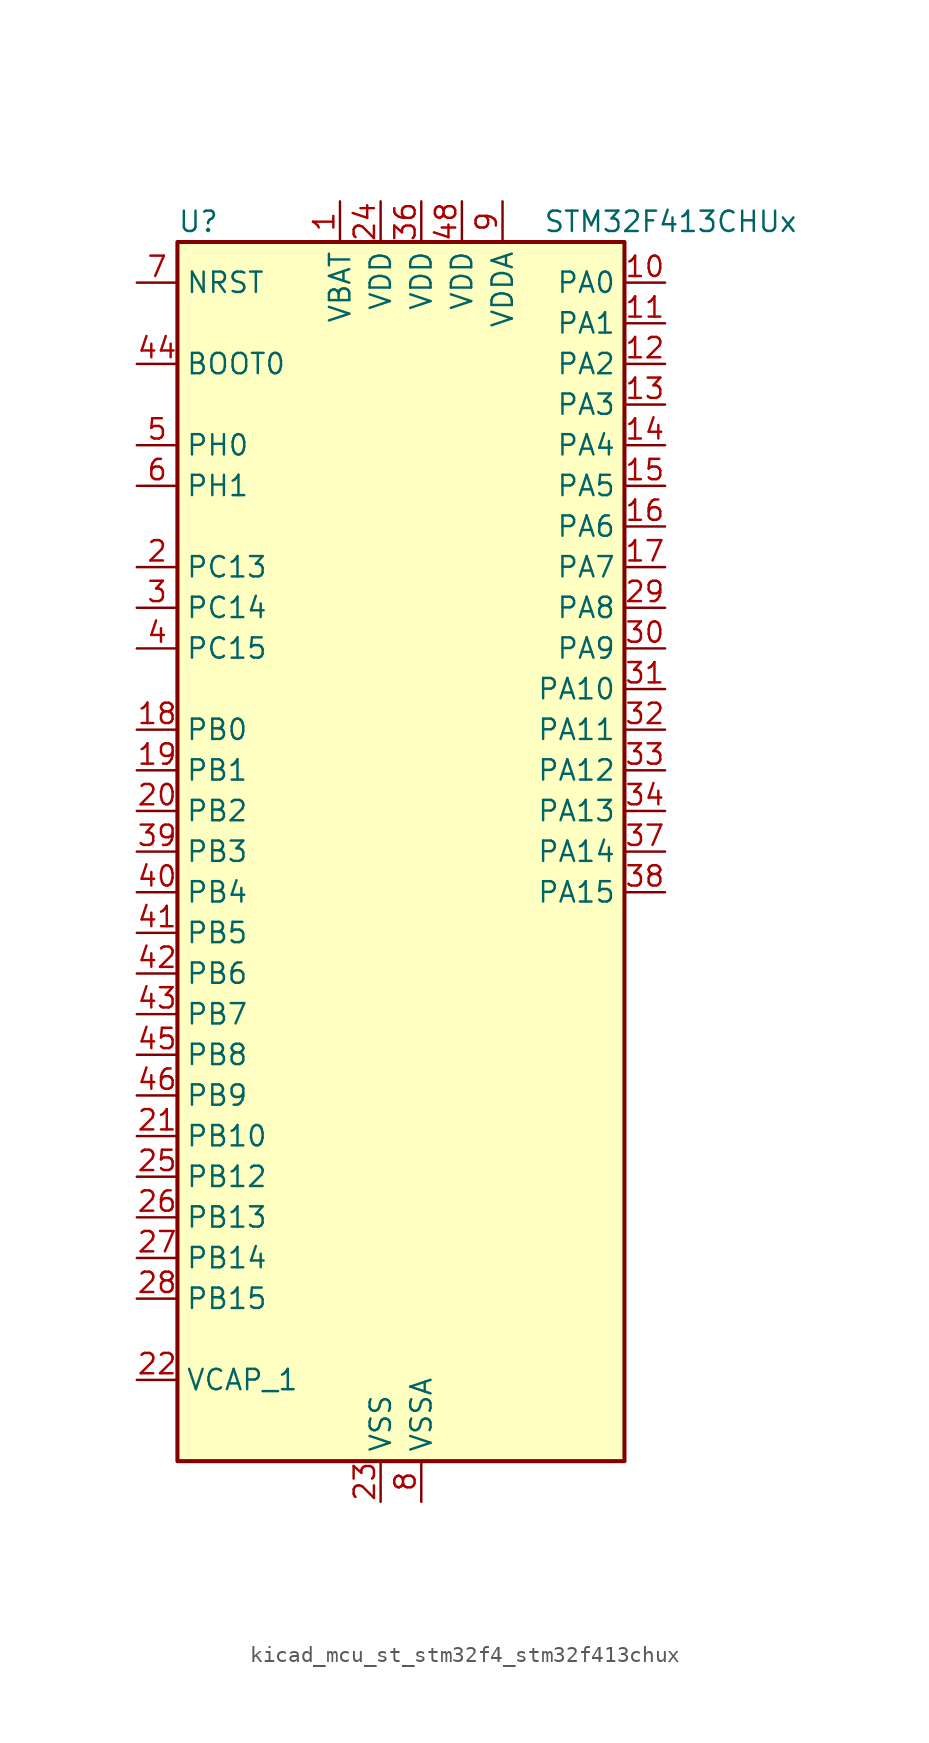
<source format=kicad_sym>
(kicad_symbol_lib
  (version 20220914)
  (generator kicad_symbol_editor)
  (symbol "kicad_mcu_st_stm32f4_stm32f413chux"
    (property "Reference" "U"
      (at -12.7 39.37 0)
      (effects (font (size 1.27 1.27)) (justify left)))
    (property "Value" "STM32F413CHUx"
      (at 10.16 39.37 0)
      (effects (font (size 1.27 1.27)) (justify left)))
    (property "ki_locked" ""
      (at 0 0 0)
      (effects (font (size 1.27 1.27))))
    (symbol "kicad_mcu_st_stm32f4_stm32f413chux_0_1"
      (rectangle (start -12.7 -38.1) (end 15.24 38.1) (stroke (width 0.254) (type default)) (fill (type background))))
    (symbol "kicad_mcu_st_stm32f4_stm32f413chux_1_1"
      (pin power_in line (at -2.54 40.64 270) (length 2.54) (name "VBAT" (effects (font (size 1.27 1.27)))) (number "1" (effects (font (size 1.27 1.27)))))
      (pin bidirectional line (at 17.78 35.56 180) (length 2.54) (name "PA0" (effects (font (size 1.27 1.27)))) (number "10" (effects (font (size 1.27 1.27)))) (alternate "ADC1_IN0" bidirectional line) (alternate "SYS_WKUP1" bidirectional line) (alternate "TIM2_CH1" bidirectional line) (alternate "TIM2_ETR" bidirectional line) (alternate "TIM5_CH1" bidirectional line) (alternate "TIM8_ETR" bidirectional line) (alternate "UART4_TX" bidirectional line) (alternate "USART2_CTS" bidirectional line))
      (pin bidirectional line (at 17.78 33.02 180) (length 2.54) (name "PA1" (effects (font (size 1.27 1.27)))) (number "11" (effects (font (size 1.27 1.27)))) (alternate "ADC1_IN1" bidirectional line) (alternate "I2S4_SD" bidirectional line) (alternate "SPI4_MOSI" bidirectional line) (alternate "TIM2_CH2" bidirectional line) (alternate "TIM5_CH2" bidirectional line) (alternate "UART4_RX" bidirectional line) (alternate "USART2_RTS" bidirectional line))
      (pin bidirectional line (at 17.78 30.48 180) (length 2.54) (name "PA2" (effects (font (size 1.27 1.27)))) (number "12" (effects (font (size 1.27 1.27)))) (alternate "ADC1_IN2" bidirectional line) (alternate "I2S_CKIN" bidirectional line) (alternate "TIM2_CH3" bidirectional line) (alternate "TIM5_CH3" bidirectional line) (alternate "TIM9_CH1" bidirectional line) (alternate "USART2_TX" bidirectional line))
      (pin bidirectional line (at 17.78 27.94 180) (length 2.54) (name "PA3" (effects (font (size 1.27 1.27)))) (number "13" (effects (font (size 1.27 1.27)))) (alternate "ADC1_IN3" bidirectional line) (alternate "I2S2_MCK" bidirectional line) (alternate "SAI1_SD_B" bidirectional line) (alternate "TIM2_CH4" bidirectional line) (alternate "TIM5_CH4" bidirectional line) (alternate "TIM9_CH2" bidirectional line) (alternate "USART2_RX" bidirectional line))
      (pin bidirectional line (at 17.78 25.4 180) (length 2.54) (name "PA4" (effects (font (size 1.27 1.27)))) (number "14" (effects (font (size 1.27 1.27)))) (alternate "ADC1_IN4" bidirectional line) (alternate "DAC_OUT1" bidirectional line) (alternate "DFSDM1_DATIN1" bidirectional line) (alternate "I2S1_WS" bidirectional line) (alternate "I2S3_WS" bidirectional line) (alternate "SPI1_NSS" bidirectional line) (alternate "SPI3_NSS" bidirectional line) (alternate "USART2_CK" bidirectional line))
      (pin bidirectional line (at 17.78 22.86 180) (length 2.54) (name "PA5" (effects (font (size 1.27 1.27)))) (number "15" (effects (font (size 1.27 1.27)))) (alternate "ADC1_IN5" bidirectional line) (alternate "DAC_OUT2" bidirectional line) (alternate "DFSDM1_CKIN1" bidirectional line) (alternate "I2S1_CK" bidirectional line) (alternate "SPI1_SCK" bidirectional line) (alternate "TIM2_CH1" bidirectional line) (alternate "TIM2_ETR" bidirectional line) (alternate "TIM8_CH1N" bidirectional line))
      (pin bidirectional line (at 17.78 20.32 180) (length 2.54) (name "PA6" (effects (font (size 1.27 1.27)))) (number "16" (effects (font (size 1.27 1.27)))) (alternate "ADC1_IN6" bidirectional line) (alternate "DFSDM2_CKIN1" bidirectional line) (alternate "I2S2_MCK" bidirectional line) (alternate "SDIO_CMD" bidirectional line) (alternate "SPI1_MISO" bidirectional line) (alternate "TIM13_CH1" bidirectional line) (alternate "TIM1_BKIN" bidirectional line) (alternate "TIM3_CH1" bidirectional line) (alternate "TIM8_BKIN" bidirectional line))
      (pin bidirectional line (at 17.78 17.78 180) (length 2.54) (name "PA7" (effects (font (size 1.27 1.27)))) (number "17" (effects (font (size 1.27 1.27)))) (alternate "ADC1_IN7" bidirectional line) (alternate "DFSDM2_DATIN1" bidirectional line) (alternate "I2S1_SD" bidirectional line) (alternate "SPI1_MOSI" bidirectional line) (alternate "TIM14_CH1" bidirectional line) (alternate "TIM1_CH1N" bidirectional line) (alternate "TIM3_CH2" bidirectional line) (alternate "TIM8_CH1N" bidirectional line))
      (pin bidirectional line (at -15.24 7.62 0) (length 2.54) (name "PB0" (effects (font (size 1.27 1.27)))) (number "18" (effects (font (size 1.27 1.27)))) (alternate "ADC1_IN8" bidirectional line) (alternate "I2S5_CK" bidirectional line) (alternate "SPI5_SCK" bidirectional line) (alternate "TIM1_CH2N" bidirectional line) (alternate "TIM3_CH3" bidirectional line) (alternate "TIM8_CH2N" bidirectional line))
      (pin bidirectional line (at -15.24 5.08 0) (length 2.54) (name "PB1" (effects (font (size 1.27 1.27)))) (number "19" (effects (font (size 1.27 1.27)))) (alternate "ADC1_IN9" bidirectional line) (alternate "DFSDM1_DATIN0" bidirectional line) (alternate "I2S5_WS" bidirectional line) (alternate "SPI5_NSS" bidirectional line) (alternate "TIM1_CH3N" bidirectional line) (alternate "TIM3_CH4" bidirectional line) (alternate "TIM8_CH3N" bidirectional line))
      (pin bidirectional line (at -15.24 17.78 0) (length 2.54) (name "PC13" (effects (font (size 1.27 1.27)))) (number "2" (effects (font (size 1.27 1.27)))) (alternate "RTC_AF1" bidirectional line))
      (pin bidirectional line (at -15.24 2.54 0) (length 2.54) (name "PB2" (effects (font (size 1.27 1.27)))) (number "20" (effects (font (size 1.27 1.27)))) (alternate "DFSDM1_CKIN0" bidirectional line) (alternate "LPTIM1_OUT" bidirectional line))
      (pin bidirectional line (at -15.24 -17.78 0) (length 2.54) (name "PB10" (effects (font (size 1.27 1.27)))) (number "21" (effects (font (size 1.27 1.27)))) (alternate "DFSDM2_CKOUT" bidirectional line) (alternate "FMPI2C1_SCL" bidirectional line) (alternate "I2C2_SCL" bidirectional line) (alternate "I2S2_CK" bidirectional line) (alternate "I2S3_MCK" bidirectional line) (alternate "SDIO_D7" bidirectional line) (alternate "SPI2_SCK" bidirectional line) (alternate "TIM2_CH3" bidirectional line))
      (pin power_out line (at -15.24 -33.02 0) (length 2.54) (name "VCAP_1" (effects (font (size 1.27 1.27)))) (number "22" (effects (font (size 1.27 1.27)))))
      (pin power_in line (at 0 -40.64 90) (length 2.54) (name "VSS" (effects (font (size 1.27 1.27)))) (number "23" (effects (font (size 1.27 1.27)))))
      (pin power_in line (at 0 40.64 270) (length 2.54) (name "VDD" (effects (font (size 1.27 1.27)))) (number "24" (effects (font (size 1.27 1.27)))))
      (pin bidirectional line (at -15.24 -20.32 0) (length 2.54) (name "PB12" (effects (font (size 1.27 1.27)))) (number "25" (effects (font (size 1.27 1.27)))) (alternate "CAN2_RX" bidirectional line) (alternate "DFSDM1_DATIN1" bidirectional line) (alternate "I2C2_SMBA" bidirectional line) (alternate "I2S2_WS" bidirectional line) (alternate "I2S3_CK" bidirectional line) (alternate "I2S4_WS" bidirectional line) (alternate "SPI2_NSS" bidirectional line) (alternate "SPI3_SCK" bidirectional line) (alternate "SPI4_NSS" bidirectional line) (alternate "TIM1_BKIN" bidirectional line) (alternate "UART5_RX" bidirectional line))
      (pin bidirectional line (at -15.24 -22.86 0) (length 2.54) (name "PB13" (effects (font (size 1.27 1.27)))) (number "26" (effects (font (size 1.27 1.27)))) (alternate "CAN2_TX" bidirectional line) (alternate "DFSDM1_CKIN1" bidirectional line) (alternate "FMPI2C1_SMBA" bidirectional line) (alternate "I2S2_CK" bidirectional line) (alternate "I2S4_CK" bidirectional line) (alternate "SPI2_SCK" bidirectional line) (alternate "SPI4_SCK" bidirectional line) (alternate "TIM1_CH1N" bidirectional line) (alternate "UART5_TX" bidirectional line))
      (pin bidirectional line (at -15.24 -25.4 0) (length 2.54) (name "PB14" (effects (font (size 1.27 1.27)))) (number "27" (effects (font (size 1.27 1.27)))) (alternate "DFSDM1_DATIN2" bidirectional line) (alternate "FMPI2C1_SDA" bidirectional line) (alternate "I2S2_ext_SD" bidirectional line) (alternate "SDIO_D6" bidirectional line) (alternate "SPI2_MISO" bidirectional line) (alternate "TIM12_CH1" bidirectional line) (alternate "TIM1_CH2N" bidirectional line) (alternate "TIM8_CH2N" bidirectional line))
      (pin bidirectional line (at -15.24 -27.94 0) (length 2.54) (name "PB15" (effects (font (size 1.27 1.27)))) (number "28" (effects (font (size 1.27 1.27)))) (alternate "ADC1_EXTI15" bidirectional line) (alternate "DFSDM1_CKIN2" bidirectional line) (alternate "FMPI2C1_SCL" bidirectional line) (alternate "I2S2_SD" bidirectional line) (alternate "RTC_REFIN" bidirectional line) (alternate "SDIO_CK" bidirectional line) (alternate "SPI2_MOSI" bidirectional line) (alternate "TIM12_CH2" bidirectional line) (alternate "TIM1_CH3N" bidirectional line) (alternate "TIM8_CH3N" bidirectional line))
      (pin bidirectional line (at 17.78 15.24 180) (length 2.54) (name "PA8" (effects (font (size 1.27 1.27)))) (number "29" (effects (font (size 1.27 1.27)))) (alternate "CAN3_RX" bidirectional line) (alternate "DFSDM1_CKOUT" bidirectional line) (alternate "I2C3_SCL" bidirectional line) (alternate "RCC_MCO_1" bidirectional line) (alternate "SDIO_D1" bidirectional line) (alternate "TIM1_CH1" bidirectional line) (alternate "UART7_RX" bidirectional line) (alternate "USART1_CK" bidirectional line) (alternate "USB_OTG_FS_SOF" bidirectional line))
      (pin bidirectional line (at -15.24 15.24 0) (length 2.54) (name "PC14" (effects (font (size 1.27 1.27)))) (number "3" (effects (font (size 1.27 1.27)))) (alternate "RCC_OSC32_IN" bidirectional line))
      (pin bidirectional line (at 17.78 12.7 180) (length 2.54) (name "PA9" (effects (font (size 1.27 1.27)))) (number "30" (effects (font (size 1.27 1.27)))) (alternate "DAC_EXTI9" bidirectional line) (alternate "DFSDM2_CKIN3" bidirectional line) (alternate "I2C3_SMBA" bidirectional line) (alternate "I2S2_CK" bidirectional line) (alternate "SDIO_D2" bidirectional line) (alternate "SPI2_SCK" bidirectional line) (alternate "TIM1_CH2" bidirectional line) (alternate "USART1_TX" bidirectional line) (alternate "USB_OTG_FS_VBUS" bidirectional line))
      (pin bidirectional line (at 17.78 10.16 180) (length 2.54) (name "PA10" (effects (font (size 1.27 1.27)))) (number "31" (effects (font (size 1.27 1.27)))) (alternate "DFSDM2_DATIN3" bidirectional line) (alternate "I2S2_SD" bidirectional line) (alternate "I2S5_SD" bidirectional line) (alternate "SPI2_MOSI" bidirectional line) (alternate "SPI5_MOSI" bidirectional line) (alternate "TIM1_CH3" bidirectional line) (alternate "USART1_RX" bidirectional line) (alternate "USB_OTG_FS_ID" bidirectional line))
      (pin bidirectional line (at 17.78 7.62 180) (length 2.54) (name "PA11" (effects (font (size 1.27 1.27)))) (number "32" (effects (font (size 1.27 1.27)))) (alternate "ADC1_EXTI11" bidirectional line) (alternate "CAN1_RX" bidirectional line) (alternate "DFSDM2_CKIN5" bidirectional line) (alternate "I2S2_WS" bidirectional line) (alternate "SPI2_NSS" bidirectional line) (alternate "SPI4_MISO" bidirectional line) (alternate "TIM1_CH4" bidirectional line) (alternate "UART4_RX" bidirectional line) (alternate "USART1_CTS" bidirectional line) (alternate "USART6_TX" bidirectional line) (alternate "USB_OTG_FS_DM" bidirectional line))
      (pin bidirectional line (at 17.78 5.08 180) (length 2.54) (name "PA12" (effects (font (size 1.27 1.27)))) (number "33" (effects (font (size 1.27 1.27)))) (alternate "CAN1_TX" bidirectional line) (alternate "DFSDM2_DATIN5" bidirectional line) (alternate "SPI2_MISO" bidirectional line) (alternate "SPI5_MISO" bidirectional line) (alternate "TIM1_ETR" bidirectional line) (alternate "UART4_TX" bidirectional line) (alternate "USART1_RTS" bidirectional line) (alternate "USART6_RX" bidirectional line) (alternate "USB_OTG_FS_DP" bidirectional line))
      (pin bidirectional line (at 17.78 2.54 180) (length 2.54) (name "PA13" (effects (font (size 1.27 1.27)))) (number "34" (effects (font (size 1.27 1.27)))) (alternate "SYS_JTMS-SWDIO" bidirectional line))
      (pin passive line (at 0 -40.64 90) (length 2.54) hide (name "VSS" (effects (font (size 1.27 1.27)))) (number "35" (effects (font (size 1.27 1.27)))))
      (pin power_in line (at 2.54 40.64 270) (length 2.54) (name "VDD" (effects (font (size 1.27 1.27)))) (number "36" (effects (font (size 1.27 1.27)))))
      (pin bidirectional line (at 17.78 0 180) (length 2.54) (name "PA14" (effects (font (size 1.27 1.27)))) (number "37" (effects (font (size 1.27 1.27)))) (alternate "SYS_JTCK-SWCLK" bidirectional line))
      (pin bidirectional line (at 17.78 -2.54 180) (length 2.54) (name "PA15" (effects (font (size 1.27 1.27)))) (number "38" (effects (font (size 1.27 1.27)))) (alternate "ADC1_EXTI15" bidirectional line) (alternate "CAN3_TX" bidirectional line) (alternate "I2S1_WS" bidirectional line) (alternate "I2S3_WS" bidirectional line) (alternate "SAI1_MCLK_A" bidirectional line) (alternate "SPI1_NSS" bidirectional line) (alternate "SPI3_NSS" bidirectional line) (alternate "SYS_JTDI" bidirectional line) (alternate "TIM2_CH1" bidirectional line) (alternate "TIM2_ETR" bidirectional line) (alternate "UART7_TX" bidirectional line) (alternate "USART1_TX" bidirectional line))
      (pin bidirectional line (at -15.24 0 0) (length 2.54) (name "PB3" (effects (font (size 1.27 1.27)))) (number "39" (effects (font (size 1.27 1.27)))) (alternate "CAN3_RX" bidirectional line) (alternate "FMPI2C1_SDA" bidirectional line) (alternate "I2C2_SDA" bidirectional line) (alternate "I2S1_CK" bidirectional line) (alternate "I2S3_CK" bidirectional line) (alternate "SAI1_SD_A" bidirectional line) (alternate "SPI1_SCK" bidirectional line) (alternate "SPI3_SCK" bidirectional line) (alternate "SYS_JTDO-SWO" bidirectional line) (alternate "TIM2_CH2" bidirectional line) (alternate "UART7_RX" bidirectional line) (alternate "USART1_RX" bidirectional line))
      (pin bidirectional line (at -15.24 12.7 0) (length 2.54) (name "PC15" (effects (font (size 1.27 1.27)))) (number "4" (effects (font (size 1.27 1.27)))) (alternate "ADC1_EXTI15" bidirectional line) (alternate "RCC_OSC32_OUT" bidirectional line))
      (pin bidirectional line (at -15.24 -2.54 0) (length 2.54) (name "PB4" (effects (font (size 1.27 1.27)))) (number "40" (effects (font (size 1.27 1.27)))) (alternate "CAN3_TX" bidirectional line) (alternate "I2C3_SDA" bidirectional line) (alternate "I2S3_ext_SD" bidirectional line) (alternate "SAI1_SCK_A" bidirectional line) (alternate "SDIO_D0" bidirectional line) (alternate "SPI1_MISO" bidirectional line) (alternate "SPI3_MISO" bidirectional line) (alternate "SYS_JTRST" bidirectional line) (alternate "TIM3_CH1" bidirectional line) (alternate "UART7_TX" bidirectional line))
      (pin bidirectional line (at -15.24 -5.08 0) (length 2.54) (name "PB5" (effects (font (size 1.27 1.27)))) (number "41" (effects (font (size 1.27 1.27)))) (alternate "CAN2_RX" bidirectional line) (alternate "I2C1_SMBA" bidirectional line) (alternate "I2S1_SD" bidirectional line) (alternate "I2S3_SD" bidirectional line) (alternate "LPTIM1_IN1" bidirectional line) (alternate "SAI1_FS_A" bidirectional line) (alternate "SDIO_D3" bidirectional line) (alternate "SPI1_MOSI" bidirectional line) (alternate "SPI3_MOSI" bidirectional line) (alternate "TIM3_CH2" bidirectional line) (alternate "UART5_RX" bidirectional line))
      (pin bidirectional line (at -15.24 -7.62 0) (length 2.54) (name "PB6" (effects (font (size 1.27 1.27)))) (number "42" (effects (font (size 1.27 1.27)))) (alternate "CAN2_TX" bidirectional line) (alternate "DFSDM2_CKIN7" bidirectional line) (alternate "I2C1_SCL" bidirectional line) (alternate "LPTIM1_ETR" bidirectional line) (alternate "SDIO_D0" bidirectional line) (alternate "TIM4_CH1" bidirectional line) (alternate "UART5_TX" bidirectional line) (alternate "USART1_TX" bidirectional line))
      (pin bidirectional line (at -15.24 -10.16 0) (length 2.54) (name "PB7" (effects (font (size 1.27 1.27)))) (number "43" (effects (font (size 1.27 1.27)))) (alternate "DFSDM2_DATIN7" bidirectional line) (alternate "I2C1_SDA" bidirectional line) (alternate "LPTIM1_IN2" bidirectional line) (alternate "TIM4_CH2" bidirectional line) (alternate "USART1_RX" bidirectional line))
      (pin input line (at -15.24 30.48 0) (length 2.54) (name "BOOT0" (effects (font (size 1.27 1.27)))) (number "44" (effects (font (size 1.27 1.27)))))
      (pin bidirectional line (at -15.24 -12.7 0) (length 2.54) (name "PB8" (effects (font (size 1.27 1.27)))) (number "45" (effects (font (size 1.27 1.27)))) (alternate "CAN1_RX" bidirectional line) (alternate "DFSDM2_CKIN1" bidirectional line) (alternate "I2C1_SCL" bidirectional line) (alternate "I2C3_SDA" bidirectional line) (alternate "I2S5_SD" bidirectional line) (alternate "LPTIM1_OUT" bidirectional line) (alternate "SDIO_D4" bidirectional line) (alternate "SPI5_MOSI" bidirectional line) (alternate "TIM10_CH1" bidirectional line) (alternate "TIM4_CH3" bidirectional line) (alternate "UART5_RX" bidirectional line))
      (pin bidirectional line (at -15.24 -15.24 0) (length 2.54) (name "PB9" (effects (font (size 1.27 1.27)))) (number "46" (effects (font (size 1.27 1.27)))) (alternate "CAN1_TX" bidirectional line) (alternate "DAC_EXTI9" bidirectional line) (alternate "DFSDM2_DATIN1" bidirectional line) (alternate "I2C1_SDA" bidirectional line) (alternate "I2C2_SDA" bidirectional line) (alternate "I2S2_WS" bidirectional line) (alternate "SDIO_D5" bidirectional line) (alternate "SPI2_NSS" bidirectional line) (alternate "TIM11_CH1" bidirectional line) (alternate "TIM4_CH4" bidirectional line) (alternate "UART5_TX" bidirectional line))
      (pin passive line (at 0 -40.64 90) (length 2.54) hide (name "VSS" (effects (font (size 1.27 1.27)))) (number "47" (effects (font (size 1.27 1.27)))))
      (pin power_in line (at 5.08 40.64 270) (length 2.54) (name "VDD" (effects (font (size 1.27 1.27)))) (number "48" (effects (font (size 1.27 1.27)))))
      (pin passive line (at 0 -40.64 90) (length 2.54) hide (name "VSS" (effects (font (size 1.27 1.27)))) (number "49" (effects (font (size 1.27 1.27)))))
      (pin bidirectional line (at -15.24 25.4 0) (length 2.54) (name "PH0" (effects (font (size 1.27 1.27)))) (number "5" (effects (font (size 1.27 1.27)))) (alternate "RCC_OSC_IN" bidirectional line))
      (pin bidirectional line (at -15.24 22.86 0) (length 2.54) (name "PH1" (effects (font (size 1.27 1.27)))) (number "6" (effects (font (size 1.27 1.27)))) (alternate "RCC_OSC_OUT" bidirectional line))
      (pin input line (at -15.24 35.56 0) (length 2.54) (name "NRST" (effects (font (size 1.27 1.27)))) (number "7" (effects (font (size 1.27 1.27)))))
      (pin power_in line (at 2.54 -40.64 90) (length 2.54) (name "VSSA" (effects (font (size 1.27 1.27)))) (number "8" (effects (font (size 1.27 1.27)))))
      (pin power_in line (at 7.62 40.64 270) (length 2.54) (name "VDDA" (effects (font (size 1.27 1.27)))) (number "9" (effects (font (size 1.27 1.27))))))))
</source>
